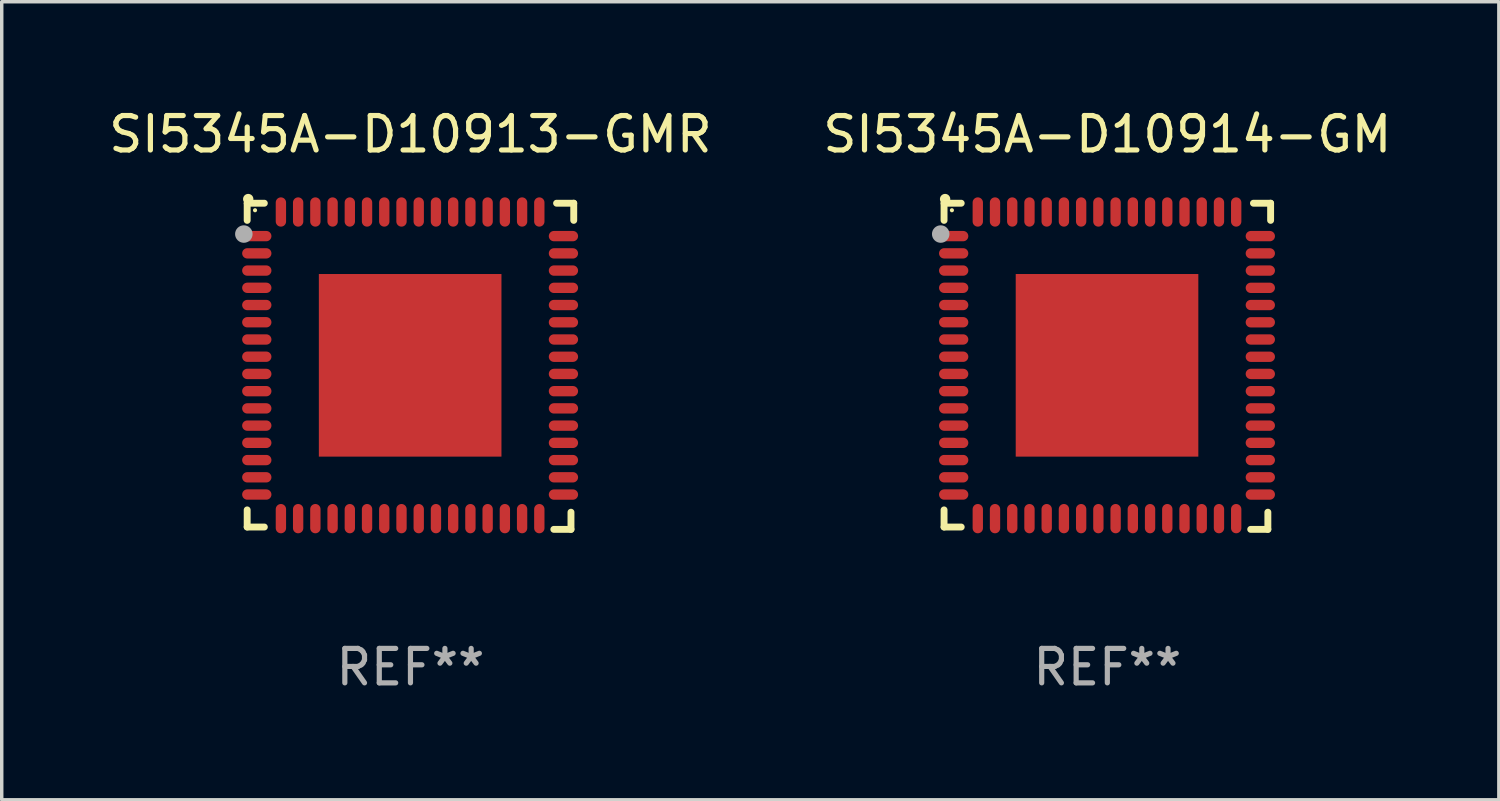
<source format=kicad_pcb>
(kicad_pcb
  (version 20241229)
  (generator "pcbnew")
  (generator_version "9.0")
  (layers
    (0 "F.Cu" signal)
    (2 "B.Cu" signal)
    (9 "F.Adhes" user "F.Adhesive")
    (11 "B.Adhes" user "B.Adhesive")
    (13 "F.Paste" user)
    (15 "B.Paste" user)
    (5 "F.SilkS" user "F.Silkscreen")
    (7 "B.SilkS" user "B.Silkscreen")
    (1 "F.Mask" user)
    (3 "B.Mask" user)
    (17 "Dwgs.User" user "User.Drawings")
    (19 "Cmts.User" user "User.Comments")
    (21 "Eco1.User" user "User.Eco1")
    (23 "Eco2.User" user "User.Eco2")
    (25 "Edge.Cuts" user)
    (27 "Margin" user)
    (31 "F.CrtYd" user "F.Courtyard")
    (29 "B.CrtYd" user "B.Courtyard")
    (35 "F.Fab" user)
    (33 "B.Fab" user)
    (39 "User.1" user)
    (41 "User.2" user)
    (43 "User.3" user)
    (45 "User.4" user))
  (footprint "SI5345A-D10914-GM"
    (layer "F.Cu")
    (at 29.089 7.581)
    (property "Reference" "SI5345A-D10914-GM" (at 0 -6.733 0) (layer "F.SilkS") (effects (font (size 1 1) (thickness 0.15))))
    (attr through_hole)
    (fp_line (start -4.739 -4.733) (end -4.241 -4.733) (stroke (width 0.2) (type solid)) (layer "F.SilkS"))
    (fp_line (start -4.739 -4.235) (end -4.739 -4.733) (stroke (width 0.2) (type solid)) (layer "F.SilkS"))
    (fp_line (start -4.739 4.168) (end -4.739 4.665) (stroke (width 0.2) (type solid)) (layer "F.SilkS"))
    (fp_line (start -4.739 4.665) (end -4.241 4.665) (stroke (width 0.2) (type solid)) (layer "F.SilkS"))
    (fp_line (start 4.161 4.733) (end 4.659 4.733) (stroke (width 0.2) (type solid)) (layer "F.SilkS"))
    (fp_line (start 4.241 -4.733) (end 4.739 -4.733) (stroke (width 0.2) (type solid)) (layer "F.SilkS"))
    (fp_line (start 4.659 4.733) (end 4.659 4.235) (stroke (width 0.2) (type solid)) (layer "F.SilkS"))
    (fp_line (start 4.739 -4.733) (end 4.739 -4.235) (stroke (width 0.2) (type solid)) (layer "F.SilkS"))
    (fp_arc (start -4.708623 -4.85108) (mid -4.708628 -4.85235) (end -4.708623 -4.85362) (stroke (width 0.3) (type solid)) (layer "F.SilkS"))
    (fp_circle (center -4.511 -4.529) (end -4.481 -4.529) (stroke (width 0.06) (type solid)) (fill no) (layer "F.SilkS"))
    (fp_circle (center -4.836 -3.838) (end -4.709 -3.838) (stroke (width 0.254) (type solid)) (fill no) (layer "F.Fab"))
    (fp_text user "REF**" (at 0 8.733 0) (layer "F.Fab") (effects (font (size 1 1) (thickness 0.15))))
    (pad "1" smd oval (at -4.46 -3.778) (size 0.85 0.3) (layers "F.Cu" "F.Mask" "F.Paste"))
    (pad "2" smd oval (at -4.46 -3.278) (size 0.85 0.3) (layers "F.Cu" "F.Mask" "F.Paste"))
    (pad "3" smd oval (at -4.46 -2.778) (size 0.85 0.3) (layers "F.Cu" "F.Mask" "F.Paste"))
    (pad "4" smd oval (at -4.46 -2.278) (size 0.85 0.3) (layers "F.Cu" "F.Mask" "F.Paste"))
    (pad "5" smd oval (at -4.46 -1.778) (size 0.85 0.3) (layers "F.Cu" "F.Mask" "F.Paste"))
    (pad "6" smd oval (at -4.46 -1.278) (size 0.85 0.3) (layers "F.Cu" "F.Mask" "F.Paste"))
    (pad "7" smd oval (at -4.46 -0.778) (size 0.85 0.3) (layers "F.Cu" "F.Mask" "F.Paste"))
    (pad "8" smd oval (at -4.46 -0.278) (size 0.85 0.3) (layers "F.Cu" "F.Mask" "F.Paste"))
    (pad "9" smd oval (at -4.46 0.222) (size 0.85 0.3) (layers "F.Cu" "F.Mask" "F.Paste"))
    (pad "10" smd oval (at -4.46 0.722) (size 0.85 0.3) (layers "F.Cu" "F.Mask" "F.Paste"))
    (pad "11" smd oval (at -4.46 1.222) (size 0.85 0.3) (layers "F.Cu" "F.Mask" "F.Paste"))
    (pad "12" smd oval (at -4.46 1.722) (size 0.85 0.3) (layers "F.Cu" "F.Mask" "F.Paste"))
    (pad "13" smd oval (at -4.46 2.222) (size 0.85 0.3) (layers "F.Cu" "F.Mask" "F.Paste"))
    (pad "14" smd oval (at -4.46 2.722) (size 0.85 0.3) (layers "F.Cu" "F.Mask" "F.Paste"))
    (pad "15" smd oval (at -4.46 3.222) (size 0.85 0.3) (layers "F.Cu" "F.Mask" "F.Paste"))
    (pad "16" smd oval (at -4.46 3.722) (size 0.85 0.3) (layers "F.Cu" "F.Mask" "F.Paste"))
    (pad "17" smd oval (at -3.76 4.422) (size 0.3 0.85) (layers "F.Cu" "F.Mask" "F.Paste"))
    (pad "18" smd oval (at -3.26 4.422) (size 0.3 0.85) (layers "F.Cu" "F.Mask" "F.Paste"))
    (pad "19" smd oval (at -2.76 4.422) (size 0.3 0.85) (layers "F.Cu" "F.Mask" "F.Paste"))
    (pad "20" smd oval (at -2.26 4.422) (size 0.3 0.85) (layers "F.Cu" "F.Mask" "F.Paste"))
    (pad "21" smd oval (at -1.76 4.422) (size 0.3 0.85) (layers "F.Cu" "F.Mask" "F.Paste"))
    (pad "22" smd oval (at -1.26 4.422) (size 0.3 0.85) (layers "F.Cu" "F.Mask" "F.Paste"))
    (pad "23" smd oval (at -0.76 4.422) (size 0.3 0.85) (layers "F.Cu" "F.Mask" "F.Paste"))
    (pad "24" smd oval (at -0.26 4.422) (size 0.3 0.85) (layers "F.Cu" "F.Mask" "F.Paste"))
    (pad "25" smd oval (at 0.24 4.422) (size 0.3 0.85) (layers "F.Cu" "F.Mask" "F.Paste"))
    (pad "26" smd oval (at 0.74 4.422) (size 0.3 0.85) (layers "F.Cu" "F.Mask" "F.Paste"))
    (pad "27" smd oval (at 1.24 4.422) (size 0.3 0.85) (layers "F.Cu" "F.Mask" "F.Paste"))
    (pad "28" smd oval (at 1.74 4.422) (size 0.3 0.85) (layers "F.Cu" "F.Mask" "F.Paste"))
    (pad "29" smd oval (at 2.24 4.422) (size 0.3 0.85) (layers "F.Cu" "F.Mask" "F.Paste"))
    (pad "30" smd oval (at 2.74 4.422) (size 0.3 0.85) (layers "F.Cu" "F.Mask" "F.Paste"))
    (pad "31" smd oval (at 3.24 4.422) (size 0.3 0.85) (layers "F.Cu" "F.Mask" "F.Paste"))
    (pad "32" smd oval (at 3.74 4.422) (size 0.3 0.85) (layers "F.Cu" "F.Mask" "F.Paste"))
    (pad "33" smd oval (at 4.44 3.723) (size 0.85 0.3) (layers "F.Cu" "F.Mask" "F.Paste"))
    (pad "34" smd oval (at 4.44 3.222) (size 0.85 0.3) (layers "F.Cu" "F.Mask" "F.Paste"))
    (pad "35" smd oval (at 4.44 2.723) (size 0.85 0.3) (layers "F.Cu" "F.Mask" "F.Paste"))
    (pad "36" smd oval (at 4.44 2.222) (size 0.85 0.3) (layers "F.Cu" "F.Mask" "F.Paste"))
    (pad "37" smd oval (at 4.44 1.723) (size 0.85 0.3) (layers "F.Cu" "F.Mask" "F.Paste"))
    (pad "38" smd oval (at 4.44 1.222) (size 0.85 0.3) (layers "F.Cu" "F.Mask" "F.Paste"))
    (pad "39" smd oval (at 4.44 0.723) (size 0.85 0.3) (layers "F.Cu" "F.Mask" "F.Paste"))
    (pad "40" smd oval (at 4.44 0.222) (size 0.85 0.3) (layers "F.Cu" "F.Mask" "F.Paste"))
    (pad "41" smd oval (at 4.44 -0.277) (size 0.85 0.3) (layers "F.Cu" "F.Mask" "F.Paste"))
    (pad "42" smd oval (at 4.44 -0.778) (size 0.85 0.3) (layers "F.Cu" "F.Mask" "F.Paste"))
    (pad "43" smd oval (at 4.44 -1.277) (size 0.85 0.3) (layers "F.Cu" "F.Mask" "F.Paste"))
    (pad "44" smd oval (at 4.44 -1.778) (size 0.85 0.3) (layers "F.Cu" "F.Mask" "F.Paste"))
    (pad "45" smd oval (at 4.44 -2.277) (size 0.85 0.3) (layers "F.Cu" "F.Mask" "F.Paste"))
    (pad "46" smd oval (at 4.44 -2.778) (size 0.85 0.3) (layers "F.Cu" "F.Mask" "F.Paste"))
    (pad "47" smd oval (at 4.44 -3.277) (size 0.85 0.3) (layers "F.Cu" "F.Mask" "F.Paste"))
    (pad "48" smd oval (at 4.44 -3.778) (size 0.85 0.3) (layers "F.Cu" "F.Mask" "F.Paste"))
    (pad "49" smd oval (at 3.74 -4.478) (size 0.3 0.85) (layers "F.Cu" "F.Mask" "F.Paste"))
    (pad "50" smd oval (at 3.24 -4.478) (size 0.3 0.85) (layers "F.Cu" "F.Mask" "F.Paste"))
    (pad "51" smd oval (at 2.74 -4.478) (size 0.3 0.85) (layers "F.Cu" "F.Mask" "F.Paste"))
    (pad "52" smd oval (at 2.24 -4.478) (size 0.3 0.85) (layers "F.Cu" "F.Mask" "F.Paste"))
    (pad "53" smd oval (at 1.74 -4.478) (size 0.3 0.85) (layers "F.Cu" "F.Mask" "F.Paste"))
    (pad "54" smd oval (at 1.24 -4.478) (size 0.3 0.85) (layers "F.Cu" "F.Mask" "F.Paste"))
    (pad "55" smd oval (at 0.74 -4.478) (size 0.3 0.85) (layers "F.Cu" "F.Mask" "F.Paste"))
    (pad "56" smd oval (at 0.24 -4.478) (size 0.3 0.85) (layers "F.Cu" "F.Mask" "F.Paste"))
    (pad "57" smd oval (at -0.26 -4.478) (size 0.3 0.85) (layers "F.Cu" "F.Mask" "F.Paste"))
    (pad "58" smd oval (at -0.76 -4.478) (size 0.3 0.85) (layers "F.Cu" "F.Mask" "F.Paste"))
    (pad "59" smd oval (at -1.26 -4.478) (size 0.3 0.85) (layers "F.Cu" "F.Mask" "F.Paste"))
    (pad "60" smd oval (at -1.76 -4.478) (size 0.3 0.85) (layers "F.Cu" "F.Mask" "F.Paste"))
    (pad "61" smd oval (at -2.26 -4.478) (size 0.3 0.85) (layers "F.Cu" "F.Mask" "F.Paste"))
    (pad "62" smd oval (at -2.76 -4.478) (size 0.3 0.85) (layers "F.Cu" "F.Mask" "F.Paste"))
    (pad "63" smd oval (at -3.26 -4.478) (size 0.3 0.85) (layers "F.Cu" "F.Mask" "F.Paste"))
    (pad "64" smd oval (at -3.76 -4.478) (size 0.3 0.85) (layers "F.Cu" "F.Mask" "F.Paste"))
    (pad "65" smd rect (at -0.009 -0.028 90) (size 5.3 5.3) (layers "F.Cu" "F.Mask" "F.Paste")))
  (footprint "SI5345A-D10913-GMR"
    (layer "F.Cu")
    (at 8.863 7.581)
    (property "Reference" "SI5345A-D10913-GMR" (at 0 -6.733 0) (layer "F.SilkS") (effects (font (size 1 1) (thickness 0.15))))
    (attr through_hole)
    (fp_line (start -4.739 -4.733) (end -4.241 -4.733) (stroke (width 0.2) (type solid)) (layer "F.SilkS"))
    (fp_line (start -4.739 -4.235) (end -4.739 -4.733) (stroke (width 0.2) (type solid)) (layer "F.SilkS"))
    (fp_line (start -4.739 4.168) (end -4.739 4.665) (stroke (width 0.2) (type solid)) (layer "F.SilkS"))
    (fp_line (start -4.739 4.665) (end -4.241 4.665) (stroke (width 0.2) (type solid)) (layer "F.SilkS"))
    (fp_line (start 4.161 4.733) (end 4.659 4.733) (stroke (width 0.2) (type solid)) (layer "F.SilkS"))
    (fp_line (start 4.241 -4.733) (end 4.739 -4.733) (stroke (width 0.2) (type solid)) (layer "F.SilkS"))
    (fp_line (start 4.659 4.733) (end 4.659 4.235) (stroke (width 0.2) (type solid)) (layer "F.SilkS"))
    (fp_line (start 4.739 -4.733) (end 4.739 -4.235) (stroke (width 0.2) (type solid)) (layer "F.SilkS"))
    (fp_arc (start -4.708623 -4.85108) (mid -4.708628 -4.85235) (end -4.708623 -4.85362) (stroke (width 0.3) (type solid)) (layer "F.SilkS"))
    (fp_circle (center -4.511 -4.529) (end -4.481 -4.529) (stroke (width 0.06) (type solid)) (fill no) (layer "F.SilkS"))
    (fp_circle (center -4.836 -3.838) (end -4.709 -3.838) (stroke (width 0.254) (type solid)) (fill no) (layer "F.Fab"))
    (fp_text user "REF**" (at 0 8.733 0) (layer "F.Fab") (effects (font (size 1 1) (thickness 0.15))))
    (pad "1" smd oval (at -4.46 -3.778) (size 0.85 0.3) (layers "F.Cu" "F.Mask" "F.Paste"))
    (pad "2" smd oval (at -4.46 -3.278) (size 0.85 0.3) (layers "F.Cu" "F.Mask" "F.Paste"))
    (pad "3" smd oval (at -4.46 -2.778) (size 0.85 0.3) (layers "F.Cu" "F.Mask" "F.Paste"))
    (pad "4" smd oval (at -4.46 -2.278) (size 0.85 0.3) (layers "F.Cu" "F.Mask" "F.Paste"))
    (pad "5" smd oval (at -4.46 -1.778) (size 0.85 0.3) (layers "F.Cu" "F.Mask" "F.Paste"))
    (pad "6" smd oval (at -4.46 -1.278) (size 0.85 0.3) (layers "F.Cu" "F.Mask" "F.Paste"))
    (pad "7" smd oval (at -4.46 -0.778) (size 0.85 0.3) (layers "F.Cu" "F.Mask" "F.Paste"))
    (pad "8" smd oval (at -4.46 -0.278) (size 0.85 0.3) (layers "F.Cu" "F.Mask" "F.Paste"))
    (pad "9" smd oval (at -4.46 0.222) (size 0.85 0.3) (layers "F.Cu" "F.Mask" "F.Paste"))
    (pad "10" smd oval (at -4.46 0.722) (size 0.85 0.3) (layers "F.Cu" "F.Mask" "F.Paste"))
    (pad "11" smd oval (at -4.46 1.222) (size 0.85 0.3) (layers "F.Cu" "F.Mask" "F.Paste"))
    (pad "12" smd oval (at -4.46 1.722) (size 0.85 0.3) (layers "F.Cu" "F.Mask" "F.Paste"))
    (pad "13" smd oval (at -4.46 2.222) (size 0.85 0.3) (layers "F.Cu" "F.Mask" "F.Paste"))
    (pad "14" smd oval (at -4.46 2.722) (size 0.85 0.3) (layers "F.Cu" "F.Mask" "F.Paste"))
    (pad "15" smd oval (at -4.46 3.222) (size 0.85 0.3) (layers "F.Cu" "F.Mask" "F.Paste"))
    (pad "16" smd oval (at -4.46 3.722) (size 0.85 0.3) (layers "F.Cu" "F.Mask" "F.Paste"))
    (pad "17" smd oval (at -3.76 4.422) (size 0.3 0.85) (layers "F.Cu" "F.Mask" "F.Paste"))
    (pad "18" smd oval (at -3.26 4.422) (size 0.3 0.85) (layers "F.Cu" "F.Mask" "F.Paste"))
    (pad "19" smd oval (at -2.76 4.422) (size 0.3 0.85) (layers "F.Cu" "F.Mask" "F.Paste"))
    (pad "20" smd oval (at -2.26 4.422) (size 0.3 0.85) (layers "F.Cu" "F.Mask" "F.Paste"))
    (pad "21" smd oval (at -1.76 4.422) (size 0.3 0.85) (layers "F.Cu" "F.Mask" "F.Paste"))
    (pad "22" smd oval (at -1.26 4.422) (size 0.3 0.85) (layers "F.Cu" "F.Mask" "F.Paste"))
    (pad "23" smd oval (at -0.76 4.422) (size 0.3 0.85) (layers "F.Cu" "F.Mask" "F.Paste"))
    (pad "24" smd oval (at -0.26 4.422) (size 0.3 0.85) (layers "F.Cu" "F.Mask" "F.Paste"))
    (pad "25" smd oval (at 0.24 4.422) (size 0.3 0.85) (layers "F.Cu" "F.Mask" "F.Paste"))
    (pad "26" smd oval (at 0.74 4.422) (size 0.3 0.85) (layers "F.Cu" "F.Mask" "F.Paste"))
    (pad "27" smd oval (at 1.24 4.422) (size 0.3 0.85) (layers "F.Cu" "F.Mask" "F.Paste"))
    (pad "28" smd oval (at 1.74 4.422) (size 0.3 0.85) (layers "F.Cu" "F.Mask" "F.Paste"))
    (pad "29" smd oval (at 2.24 4.422) (size 0.3 0.85) (layers "F.Cu" "F.Mask" "F.Paste"))
    (pad "30" smd oval (at 2.74 4.422) (size 0.3 0.85) (layers "F.Cu" "F.Mask" "F.Paste"))
    (pad "31" smd oval (at 3.24 4.422) (size 0.3 0.85) (layers "F.Cu" "F.Mask" "F.Paste"))
    (pad "32" smd oval (at 3.74 4.422) (size 0.3 0.85) (layers "F.Cu" "F.Mask" "F.Paste"))
    (pad "33" smd oval (at 4.44 3.723) (size 0.85 0.3) (layers "F.Cu" "F.Mask" "F.Paste"))
    (pad "34" smd oval (at 4.44 3.222) (size 0.85 0.3) (layers "F.Cu" "F.Mask" "F.Paste"))
    (pad "35" smd oval (at 4.44 2.723) (size 0.85 0.3) (layers "F.Cu" "F.Mask" "F.Paste"))
    (pad "36" smd oval (at 4.44 2.222) (size 0.85 0.3) (layers "F.Cu" "F.Mask" "F.Paste"))
    (pad "37" smd oval (at 4.44 1.723) (size 0.85 0.3) (layers "F.Cu" "F.Mask" "F.Paste"))
    (pad "38" smd oval (at 4.44 1.222) (size 0.85 0.3) (layers "F.Cu" "F.Mask" "F.Paste"))
    (pad "39" smd oval (at 4.44 0.723) (size 0.85 0.3) (layers "F.Cu" "F.Mask" "F.Paste"))
    (pad "40" smd oval (at 4.44 0.222) (size 0.85 0.3) (layers "F.Cu" "F.Mask" "F.Paste"))
    (pad "41" smd oval (at 4.44 -0.277) (size 0.85 0.3) (layers "F.Cu" "F.Mask" "F.Paste"))
    (pad "42" smd oval (at 4.44 -0.778) (size 0.85 0.3) (layers "F.Cu" "F.Mask" "F.Paste"))
    (pad "43" smd oval (at 4.44 -1.277) (size 0.85 0.3) (layers "F.Cu" "F.Mask" "F.Paste"))
    (pad "44" smd oval (at 4.44 -1.778) (size 0.85 0.3) (layers "F.Cu" "F.Mask" "F.Paste"))
    (pad "45" smd oval (at 4.44 -2.277) (size 0.85 0.3) (layers "F.Cu" "F.Mask" "F.Paste"))
    (pad "46" smd oval (at 4.44 -2.778) (size 0.85 0.3) (layers "F.Cu" "F.Mask" "F.Paste"))
    (pad "47" smd oval (at 4.44 -3.277) (size 0.85 0.3) (layers "F.Cu" "F.Mask" "F.Paste"))
    (pad "48" smd oval (at 4.44 -3.778) (size 0.85 0.3) (layers "F.Cu" "F.Mask" "F.Paste"))
    (pad "49" smd oval (at 3.74 -4.478) (size 0.3 0.85) (layers "F.Cu" "F.Mask" "F.Paste"))
    (pad "50" smd oval (at 3.24 -4.478) (size 0.3 0.85) (layers "F.Cu" "F.Mask" "F.Paste"))
    (pad "51" smd oval (at 2.74 -4.478) (size 0.3 0.85) (layers "F.Cu" "F.Mask" "F.Paste"))
    (pad "52" smd oval (at 2.24 -4.478) (size 0.3 0.85) (layers "F.Cu" "F.Mask" "F.Paste"))
    (pad "53" smd oval (at 1.74 -4.478) (size 0.3 0.85) (layers "F.Cu" "F.Mask" "F.Paste"))
    (pad "54" smd oval (at 1.24 -4.478) (size 0.3 0.85) (layers "F.Cu" "F.Mask" "F.Paste"))
    (pad "55" smd oval (at 0.74 -4.478) (size 0.3 0.85) (layers "F.Cu" "F.Mask" "F.Paste"))
    (pad "56" smd oval (at 0.24 -4.478) (size 0.3 0.85) (layers "F.Cu" "F.Mask" "F.Paste"))
    (pad "57" smd oval (at -0.26 -4.478) (size 0.3 0.85) (layers "F.Cu" "F.Mask" "F.Paste"))
    (pad "58" smd oval (at -0.76 -4.478) (size 0.3 0.85) (layers "F.Cu" "F.Mask" "F.Paste"))
    (pad "59" smd oval (at -1.26 -4.478) (size 0.3 0.85) (layers "F.Cu" "F.Mask" "F.Paste"))
    (pad "60" smd oval (at -1.76 -4.478) (size 0.3 0.85) (layers "F.Cu" "F.Mask" "F.Paste"))
    (pad "61" smd oval (at -2.26 -4.478) (size 0.3 0.85) (layers "F.Cu" "F.Mask" "F.Paste"))
    (pad "62" smd oval (at -2.76 -4.478) (size 0.3 0.85) (layers "F.Cu" "F.Mask" "F.Paste"))
    (pad "63" smd oval (at -3.26 -4.478) (size 0.3 0.85) (layers "F.Cu" "F.Mask" "F.Paste"))
    (pad "64" smd oval (at -3.76 -4.478) (size 0.3 0.85) (layers "F.Cu" "F.Mask" "F.Paste"))
    (pad "65" smd rect (at -0.009 -0.028 90) (size 5.3 5.3) (layers "F.Cu" "F.Mask" "F.Paste")))
  (gr_rect
    (start -3 -3)
    (end 40.452 20.162)
    (stroke (width 0.1) (type default))
    (fill no)
    (layer "Edge.Cuts")))
</source>
